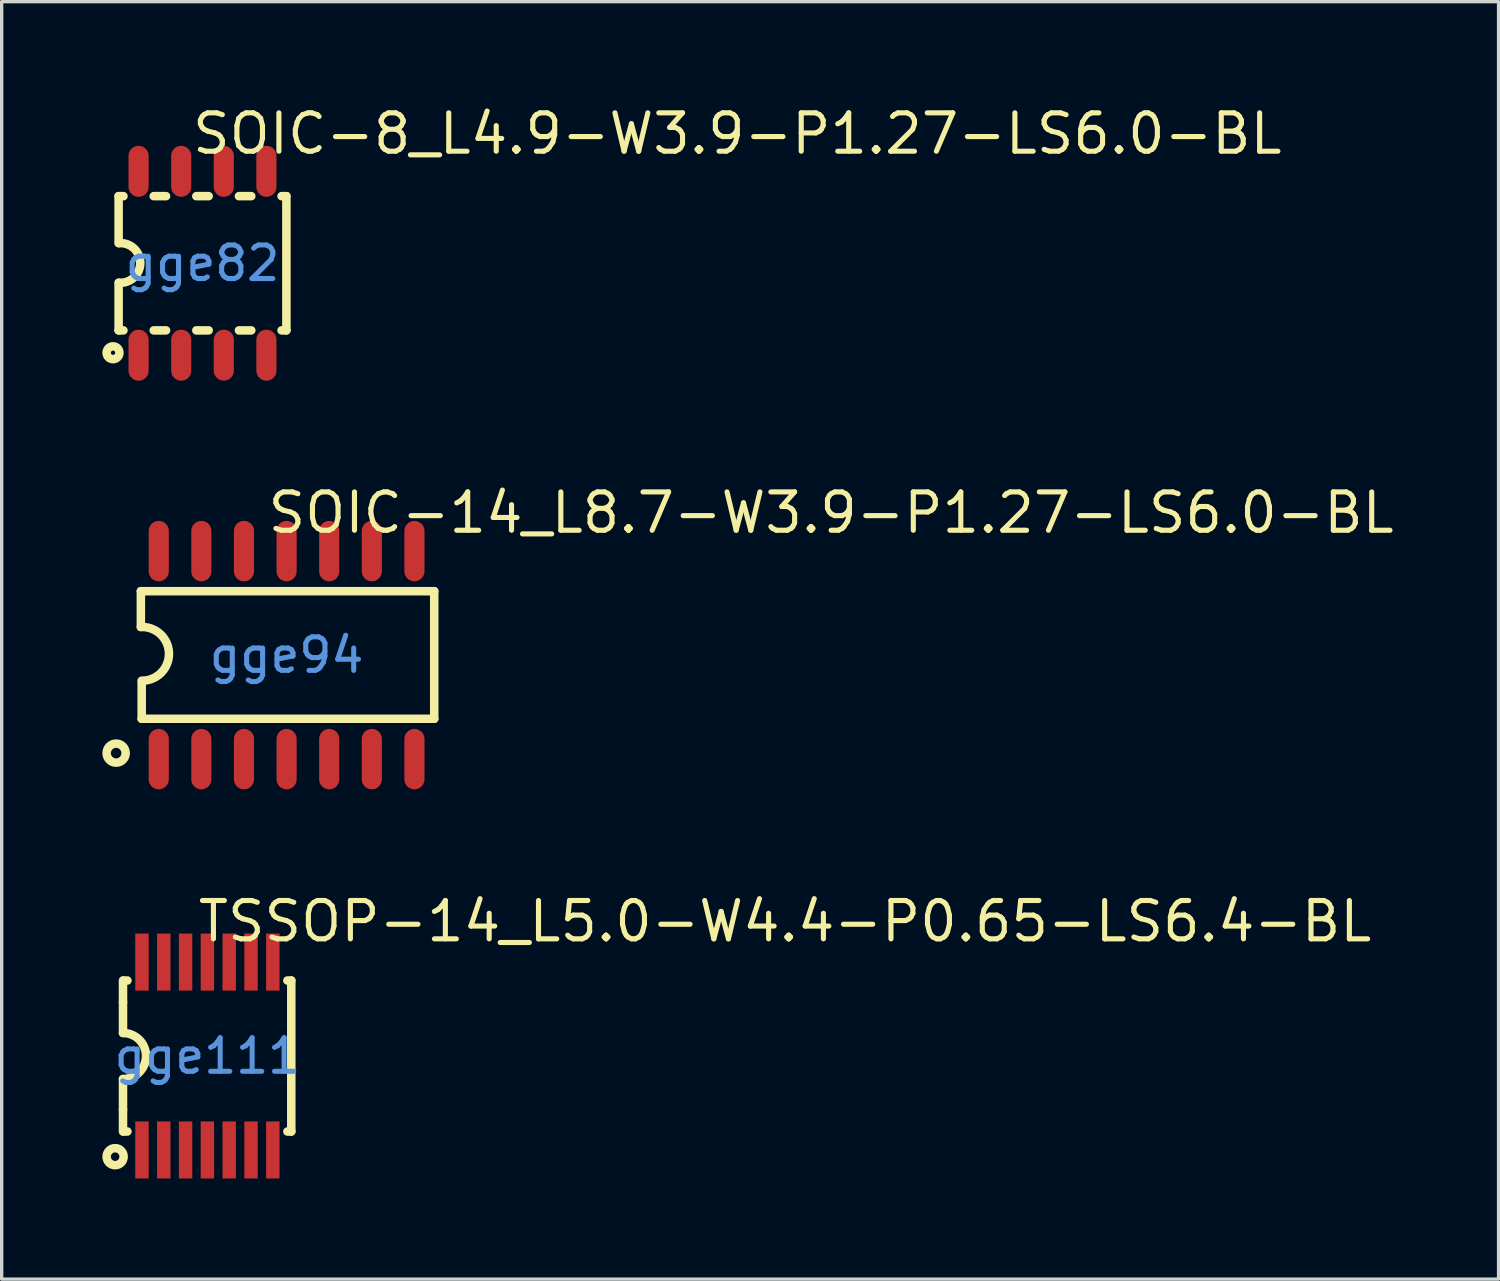
<source format=kicad_pcb>
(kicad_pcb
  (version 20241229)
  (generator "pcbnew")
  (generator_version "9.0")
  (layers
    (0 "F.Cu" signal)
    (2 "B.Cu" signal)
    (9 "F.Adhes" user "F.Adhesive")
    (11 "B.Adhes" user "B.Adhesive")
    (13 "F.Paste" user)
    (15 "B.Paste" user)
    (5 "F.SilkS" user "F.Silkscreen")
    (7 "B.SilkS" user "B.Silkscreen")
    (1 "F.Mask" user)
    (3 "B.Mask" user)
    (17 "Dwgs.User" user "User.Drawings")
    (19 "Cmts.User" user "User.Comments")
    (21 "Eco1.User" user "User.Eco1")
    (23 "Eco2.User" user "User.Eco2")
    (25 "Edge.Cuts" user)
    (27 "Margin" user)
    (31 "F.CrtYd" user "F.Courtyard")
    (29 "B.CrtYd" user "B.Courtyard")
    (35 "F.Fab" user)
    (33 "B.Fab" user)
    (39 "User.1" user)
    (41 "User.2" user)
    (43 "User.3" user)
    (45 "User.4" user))
  (footprint "TSSOP-14_L5.0-W4.4-P0.65-LS6.4-BL"
    (layer "F.Cu")
    (at 3.131 28.422)
    (property "Reference" "TSSOP-14_L5.0-W4.4-P0.65-LS6.4-BL" (at -0.356 -4.013 0) (layer "F.SilkS") (effects (font (size 1.143 1.143) (thickness 0.152)) (justify left)))
    (attr smd)
    (fp_line (start -2.515 -1.6) (end -2.515 -2.25) (stroke (width 0.254) (type solid)) (layer "F.SilkS"))
    (fp_line (start -2.515 -0.686) (end -2.515 -1.6) (stroke (width 0.254) (type solid)) (layer "F.SilkS"))
    (fp_line (start -2.515 1.6) (end -2.515 0.686) (stroke (width 0.254) (type solid)) (layer "F.SilkS"))
    (fp_line (start -2.515 1.6) (end -2.515 2.25) (stroke (width 0.254) (type solid)) (layer "F.SilkS"))
    (fp_line (start -2.5 -2.25) (end -2.384 -2.25) (stroke (width 0.254) (type solid)) (layer "F.SilkS"))
    (fp_line (start -2.384 2.25) (end -2.5 2.25) (stroke (width 0.254) (type solid)) (layer "F.SilkS"))
    (fp_line (start 2.384 -2.25) (end 2.5 -2.25) (stroke (width 0.254) (type solid)) (layer "F.SilkS"))
    (fp_line (start 2.5 -2.25) (end 2.5 2.25) (stroke (width 0.254) (type solid)) (layer "F.SilkS"))
    (fp_line (start 2.5 2.25) (end 2.384 2.25) (stroke (width 0.254) (type solid)) (layer "F.SilkS"))
    (fp_arc (start -2.515 -0.686) (mid -1.829 0) (end -2.515 0.686) (stroke (width 0.254) (type solid)) (layer "F.SilkS"))
    (fp_circle (center -2.75 3) (end -2.496 3) (stroke (width 0.254) (type solid)) (fill no) (layer "F.SilkS"))
    (fp_text user "gge111" (at 0 0 0) (layer "Cmts.User") (effects (font (size 1 1) (thickness 0.15))))
    (pad "1" smd rect (at -1.95 2.8 90) (size 1.7 0.4) (layers "F.Cu" "F.Mask" "F.Paste"))
    (pad "2" smd rect (at -1.3 2.8 90) (size 1.7 0.4) (layers "F.Cu" "F.Mask" "F.Paste"))
    (pad "3" smd rect (at -0.65 2.8 90) (size 1.7 0.4) (layers "F.Cu" "F.Mask" "F.Paste"))
    (pad "4" smd rect (at 0 2.8 90) (size 1.7 0.4) (layers "F.Cu" "F.Mask" "F.Paste"))
    (pad "5" smd rect (at 0.65 2.8 90) (size 1.7 0.4) (layers "F.Cu" "F.Mask" "F.Paste"))
    (pad "6" smd rect (at 1.3 2.8 90) (size 1.7 0.4) (layers "F.Cu" "F.Mask" "F.Paste"))
    (pad "7" smd rect (at 1.95 2.8 90) (size 1.7 0.4) (layers "F.Cu" "F.Mask" "F.Paste"))
    (pad "8" smd rect (at 1.95 -2.8 90) (size 1.7 0.4) (layers "F.Cu" "F.Mask" "F.Paste"))
    (pad "9" smd rect (at 1.3 -2.8 90) (size 1.7 0.4) (layers "F.Cu" "F.Mask" "F.Paste"))
    (pad "10" smd rect (at 0.65 -2.8 90) (size 1.7 0.4) (layers "F.Cu" "F.Mask" "F.Paste"))
    (pad "11" smd rect (at 0 -2.8 90) (size 1.7 0.4) (layers "F.Cu" "F.Mask" "F.Paste"))
    (pad "12" smd rect (at -0.65 -2.8 90) (size 1.7 0.4) (layers "F.Cu" "F.Mask" "F.Paste"))
    (pad "13" smd rect (at -1.3 -2.8 90) (size 1.7 0.4) (layers "F.Cu" "F.Mask" "F.Paste"))
    (pad "14" smd rect (at -1.95 -2.8 90) (size 1.7 0.4) (layers "F.Cu" "F.Mask" "F.Paste")))
  (footprint "SOIC-14_L8.7-W3.9-P1.27-LS6.0-BL"
    (layer "F.Cu")
    (at 5.491 16.474)
    (property "Reference" "SOIC-14_L8.7-W3.9-P1.27-LS6.0-BL" (at -0.635 -4.242 0) (layer "F.SilkS") (effects (font (size 1.143 1.143) (thickness 0.152)) (justify left)))
    (attr smd)
    (fp_line (start -4.343 -1.905) (end 4.4 -1.905) (stroke (width 0.254) (type solid)) (layer "F.SilkS"))
    (fp_line (start -4.343 -0.838) (end -4.343 -1.905) (stroke (width 0.254) (type solid)) (layer "F.SilkS"))
    (fp_line (start -4.318 1.897) (end -4.318 0.813) (stroke (width 0.254) (type solid)) (layer "F.SilkS"))
    (fp_line (start 4.4 -1.905) (end 4.4 1.897) (stroke (width 0.254) (type solid)) (layer "F.SilkS"))
    (fp_line (start 4.4 1.897) (end -4.318 1.897) (stroke (width 0.254) (type solid)) (layer "F.SilkS"))
    (fp_arc (start -4.343 -0.838) (mid -3.505239 -0.050279) (end -4.318453 0.762758) (stroke (width 0.254) (type solid)) (layer "F.SilkS"))
    (fp_circle (center -5.08 2.921) (end -4.796 2.921) (stroke (width 0.254) (type solid)) (fill no) (layer "F.SilkS"))
    (fp_text user "gge94" (at 0 0 0) (layer "Cmts.User") (effects (font (size 1 1) (thickness 0.15))))
    (pad "1" smd oval (at -3.81 3.1 180) (size 0.6 1.8) (layers "F.Cu" "F.Mask" "F.Paste"))
    (pad "2" smd oval (at -2.54 3.1 180) (size 0.6 1.8) (layers "F.Cu" "F.Mask" "F.Paste"))
    (pad "3" smd oval (at -1.27 3.1 180) (size 0.6 1.8) (layers "F.Cu" "F.Mask" "F.Paste"))
    (pad "4" smd oval (at 0 3.1 180) (size 0.6 1.8) (layers "F.Cu" "F.Mask" "F.Paste"))
    (pad "5" smd oval (at 1.27 3.1 180) (size 0.6 1.8) (layers "F.Cu" "F.Mask" "F.Paste"))
    (pad "6" smd oval (at 2.54 3.1 180) (size 0.6 1.8) (layers "F.Cu" "F.Mask" "F.Paste"))
    (pad "7" smd oval (at 3.81 3.1 180) (size 0.6 1.8) (layers "F.Cu" "F.Mask" "F.Paste"))
    (pad "8" smd oval (at 3.81 -3.1 180) (size 0.6 1.8) (layers "F.Cu" "F.Mask" "F.Paste"))
    (pad "9" smd oval (at 2.54 -3.1 180) (size 0.6 1.8) (layers "F.Cu" "F.Mask" "F.Paste"))
    (pad "10" smd oval (at 1.27 -3.1 180) (size 0.6 1.8) (layers "F.Cu" "F.Mask" "F.Paste"))
    (pad "11" smd oval (at 0 -3.1 180) (size 0.6 1.8) (layers "F.Cu" "F.Mask" "F.Paste"))
    (pad "12" smd oval (at -1.27 -3.1 180) (size 0.6 1.8) (layers "F.Cu" "F.Mask" "F.Paste"))
    (pad "13" smd oval (at -2.54 -3.1 180) (size 0.6 1.8) (layers "F.Cu" "F.Mask" "F.Paste"))
    (pad "14" smd oval (at -3.81 -3.1 180) (size 0.6 1.8) (layers "F.Cu" "F.Mask" "F.Paste")))
  (footprint "SOIC-8_L4.9-W3.9-P1.27-LS6.0-BL"
    (layer "F.Cu")
    (at 2.985 4.796)
    (property "Reference" "SOIC-8_L4.9-W3.9-P1.27-LS6.0-BL" (at -0.381 -3.861 0) (layer "F.SilkS") (effects (font (size 1.143 1.143) (thickness 0.152)) (justify left)))
    (attr smd)
    (fp_line (start -2.5 -2) (end -2.5 -0.6) (stroke (width 0.254) (type solid)) (layer "F.SilkS"))
    (fp_line (start -2.5 -2) (end -2.356 -2) (stroke (width 0.254) (type solid)) (layer "F.SilkS"))
    (fp_line (start -2.5 0.58) (end -2.5 2) (stroke (width 0.254) (type solid)) (layer "F.SilkS"))
    (fp_line (start -2.5 2) (end -2.356 2) (stroke (width 0.254) (type solid)) (layer "F.SilkS"))
    (fp_line (start -1.454 -2) (end -1.086 -2) (stroke (width 0.254) (type solid)) (layer "F.SilkS"))
    (fp_line (start -1.454 2) (end -1.086 2) (stroke (width 0.254) (type solid)) (layer "F.SilkS"))
    (fp_line (start -0.184 -2) (end 0.184 -2) (stroke (width 0.254) (type solid)) (layer "F.SilkS"))
    (fp_line (start -0.184 2) (end 0.184 2) (stroke (width 0.254) (type solid)) (layer "F.SilkS"))
    (fp_line (start 1.086 -2) (end 1.454 -2) (stroke (width 0.254) (type solid)) (layer "F.SilkS"))
    (fp_line (start 1.086 2) (end 1.454 2) (stroke (width 0.254) (type solid)) (layer "F.SilkS"))
    (fp_line (start 2.356 -2) (end 2.5 -2) (stroke (width 0.254) (type solid)) (layer "F.SilkS"))
    (fp_line (start 2.356 2) (end 2.5 2) (stroke (width 0.254) (type solid)) (layer "F.SilkS"))
    (fp_line (start 2.5 -2) (end 2.5 2) (stroke (width 0.254) (type solid)) (layer "F.SilkS"))
    (fp_arc (start -2.49 -0.6) (mid -1.853286 -0.010321) (end -2.48936 0.580048) (stroke (width 0.254) (type solid)) (layer "F.SilkS"))
    (fp_circle (center -2.667 2.667) (end -2.476 2.667) (stroke (width 0.254) (type solid)) (fill no) (layer "F.SilkS"))
    (fp_text user "gge82" (at 0 0 0) (layer "Cmts.User") (effects (font (size 1 1) (thickness 0.15))))
    (pad "1" smd oval (at -1.905 2.74 180) (size 0.6 1.52) (layers "F.Cu" "F.Mask" "F.Paste"))
    (pad "2" smd oval (at -0.635 2.74 180) (size 0.6 1.52) (layers "F.Cu" "F.Mask" "F.Paste"))
    (pad "3" smd oval (at 0.635 2.74 180) (size 0.6 1.52) (layers "F.Cu" "F.Mask" "F.Paste"))
    (pad "4" smd oval (at 1.905 2.74 180) (size 0.6 1.52) (layers "F.Cu" "F.Mask" "F.Paste"))
    (pad "5" smd oval (at 1.905 -2.74 180) (size 0.6 1.52) (layers "F.Cu" "F.Mask" "F.Paste"))
    (pad "6" smd oval (at 0.635 -2.74 180) (size 0.6 1.52) (layers "F.Cu" "F.Mask" "F.Paste"))
    (pad "7" smd oval (at -0.635 -2.74 180) (size 0.6 1.52) (layers "F.Cu" "F.Mask" "F.Paste"))
    (pad "8" smd oval (at -1.905 -2.74 180) (size 0.6 1.52) (layers "F.Cu" "F.Mask" "F.Paste")))
  (gr_rect
    (start -3 -3)
    (end 41.611 35.072)
    (stroke (width 0.1) (type default))
    (fill no)
    (layer "Edge.Cuts")))
</source>
